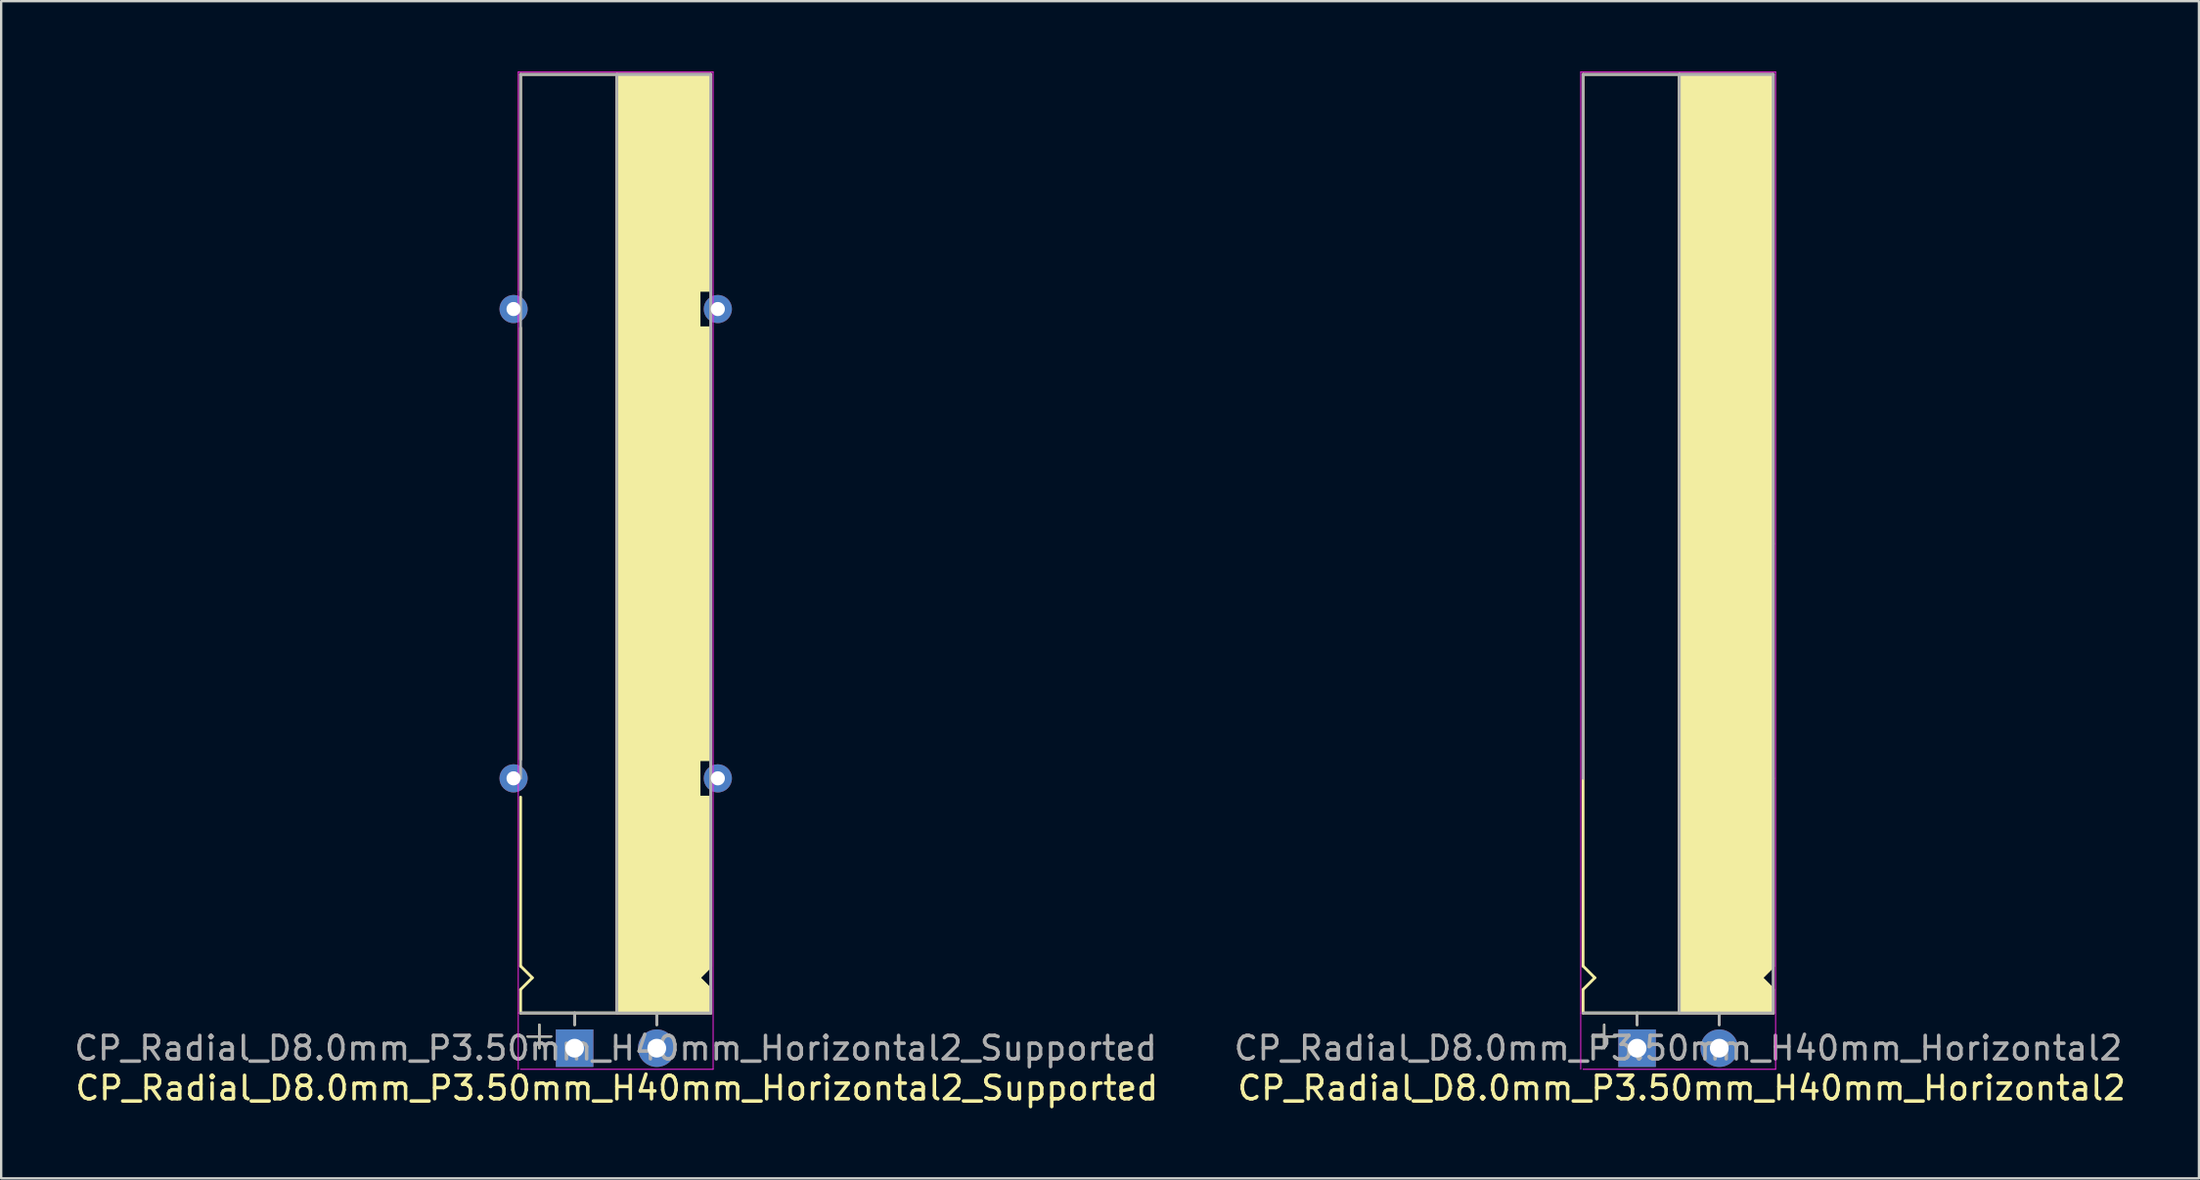
<source format=kicad_pcb>
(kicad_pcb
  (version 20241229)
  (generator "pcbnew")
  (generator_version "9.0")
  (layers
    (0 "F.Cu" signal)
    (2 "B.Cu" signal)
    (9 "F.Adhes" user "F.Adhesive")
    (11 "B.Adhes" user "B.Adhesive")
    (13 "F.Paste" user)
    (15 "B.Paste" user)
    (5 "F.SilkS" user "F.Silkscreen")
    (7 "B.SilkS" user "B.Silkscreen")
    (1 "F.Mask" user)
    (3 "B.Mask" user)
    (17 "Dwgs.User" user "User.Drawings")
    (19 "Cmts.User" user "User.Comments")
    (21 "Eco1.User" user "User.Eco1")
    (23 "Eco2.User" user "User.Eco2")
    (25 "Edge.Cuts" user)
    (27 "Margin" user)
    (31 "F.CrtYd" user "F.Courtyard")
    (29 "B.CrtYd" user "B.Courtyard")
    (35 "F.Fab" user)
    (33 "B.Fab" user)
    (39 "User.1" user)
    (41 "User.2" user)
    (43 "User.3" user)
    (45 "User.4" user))
  (footprint "CP_Radial_D8.0mm_P3.50mm_H40mm_Horizontal2"
    (layer "F.Cu")
    (at 66.675 41.62)
    (property "Reference" "CP_Radial_D8.0mm_P3.50mm_H40mm_Horizontal2" (at 1.9 1.7 0) (layer "F.SilkS") (effects (font (size 1 1) (thickness 0.15))))
    (attr through_hole)
    (fp_line (start -2.3 -41.5) (end 5.8 -41.5) (stroke (width 0.12) (type solid)) (layer "F.SilkS"))
    (fp_line (start -2.3 -3.5) (end -2.3 -41.5) (stroke (width 0.12) (type solid)) (layer "F.SilkS"))
    (fp_line (start -2.3 -3.5) (end -1.8 -3) (stroke (width 0.12) (type solid)) (layer "F.SilkS"))
    (fp_line (start -2.3 -2.5) (end -2.3 -1.5) (stroke (width 0.12) (type solid)) (layer "F.SilkS"))
    (fp_line (start -2.3 -1.5) (end 5.8 -1.5) (stroke (width 0.12) (type solid)) (layer "F.SilkS"))
    (fp_line (start -1.9 -0.5) (end -0.9 -0.5) (stroke (width 0.1) (type solid)) (layer "F.SilkS"))
    (fp_line (start -1.8 -3) (end -2.3 -2.5) (stroke (width 0.12) (type solid)) (layer "F.SilkS"))
    (fp_line (start -1.4 0) (end -1.4 -1) (stroke (width 0.1) (type solid)) (layer "F.SilkS"))
    (fp_line (start 0 -1) (end 0 -1.5) (stroke (width 0.12) (type solid)) (layer "F.SilkS"))
    (fp_line (start 1.8 -41.5) (end 1.8 -1.5) (stroke (width 0.12) (type solid)) (layer "F.SilkS"))
    (fp_line (start 3.5 -1) (end 3.5 -1.5) (stroke (width 0.12) (type solid)) (layer "F.SilkS"))
    (fp_line (start 5.3 -3) (end 5.8 -2.5) (stroke (width 0.12) (type solid)) (layer "F.SilkS"))
    (fp_line (start 5.8 -21.5) (end 5.7 -21.5) (stroke (width 0.12) (type solid)) (layer "F.SilkS"))
    (fp_line (start 5.8 -11.5) (end 5.8 -41.5) (stroke (width 0.12) (type solid)) (layer "F.SilkS"))
    (fp_line (start 5.8 -11.5) (end 5.8 -3.5) (stroke (width 0.12) (type solid)) (layer "F.SilkS"))
    (fp_line (start 5.8 -3.5) (end 5.3 -3) (stroke (width 0.12) (type solid)) (layer "F.SilkS"))
    (fp_line (start 5.8 -2.5) (end 5.8 -1.5) (stroke (width 0.12) (type solid)) (layer "F.SilkS"))
    (fp_poly (pts (xy 5.8 -2.5) (xy 5.3 -3) (xy 5.8 -3.5) (xy 5.8 -41.5) (xy 1.8 -41.5) (xy 1.8 -1.5) (xy 5.8 -1.5)) (stroke (width 0.1) (type solid)) (fill yes) (layer "F.SilkS"))
    (fp_line (start -2.4 -41.6) (end -2.4 -1.5) (stroke (width 0.04) (type solid)) (layer "F.CrtYd"))
    (fp_line (start -2.4 -1.5) (end -2.4 0.9) (stroke (width 0.04) (type solid)) (layer "F.CrtYd"))
    (fp_line (start -2.3 0.9) (end 5.9 0.9) (stroke (width 0.04) (type solid)) (layer "F.CrtYd"))
    (fp_line (start 5.9 -41.6) (end -2.4 -41.6) (stroke (width 0.04) (type solid)) (layer "F.CrtYd"))
    (fp_line (start 5.9 0.9) (end 5.9 -41.6) (stroke (width 0.04) (type solid)) (layer "F.CrtYd"))
    (fp_line (start -2.3 -41.5) (end -2.3 -11.5) (stroke (width 0.12) (type solid)) (layer "F.Fab"))
    (fp_line (start -2.3 -1.5) (end 5.8 -1.5) (stroke (width 0.12) (type solid)) (layer "F.Fab"))
    (fp_line (start -1.9 -0.5) (end -0.9 -0.5) (stroke (width 0.1) (type solid)) (layer "F.Fab"))
    (fp_line (start -1.4 0) (end -1.4 -1) (stroke (width 0.1) (type solid)) (layer "F.Fab"))
    (fp_line (start 0 -1.5) (end 0 -1) (stroke (width 0.12) (type solid)) (layer "F.Fab"))
    (fp_line (start 1.8 -1.5) (end 1.8 -41.5) (stroke (width 0.12) (type solid)) (layer "F.Fab"))
    (fp_line (start 3.5 -1.5) (end 3.5 -1) (stroke (width 0.12) (type solid)) (layer "F.Fab"))
    (fp_line (start 5.8 -41.5) (end -2.3 -41.5) (stroke (width 0.12) (type solid)) (layer "F.Fab"))
    (fp_line (start 5.8 -1.5) (end 5.8 -41.5) (stroke (width 0.12) (type solid)) (layer "F.Fab"))
    (fp_poly (pts (xy 5.8 -41.5) (xy 1.8 -41.5) (xy 1.8 -1.5) (xy 5.8 -1.5)) (stroke (width 0.1) (type solid)) (fill no) (layer "F.Fab"))
    (fp_text user "${REFERENCE}" (at 1.75 0 0) (layer "F.Fab") (effects (font (size 1 1) (thickness 0.15))))
    (pad "1" thru_hole rect (at 0 0) (size 1.6 1.6) (drill 0.8) (layers "*.Cu" "*.Mask"))
    (pad "2" thru_hole circle (at 3.5 0) (size 1.6 1.6) (drill 0.8) (layers "*.Cu" "*.Mask")))
  (footprint "CP_Radial_D8.0mm_P3.50mm_H40mm_Horizontal2_Supported"
    (layer "F.Cu")
    (at 21.423 41.62)
    (property "Reference" "CP_Radial_D8.0mm_P3.50mm_H40mm_Horizontal2_Supported" (at 1.8 1.7 0) (layer "F.SilkS") (effects (font (size 1 1) (thickness 0.15))))
    (attr through_hole)
    (fp_line (start -2.3 -41.5) (end 5.8 -41.5) (stroke (width 0.12) (type solid)) (layer "F.SilkS"))
    (fp_line (start -2.3 -32.3) (end -2.3 -41.5) (stroke (width 0.12) (type solid)) (layer "F.SilkS"))
    (fp_line (start -2.3 -12.3) (end -2.3 -30.7) (stroke (width 0.12) (type solid)) (layer "F.SilkS"))
    (fp_line (start -2.3 -3.5) (end -2.3 -10.7) (stroke (width 0.12) (type solid)) (layer "F.SilkS"))
    (fp_line (start -2.3 -3.5) (end -1.8 -3) (stroke (width 0.12) (type solid)) (layer "F.SilkS"))
    (fp_line (start -2.3 -2.5) (end -2.3 -1.5) (stroke (width 0.12) (type solid)) (layer "F.SilkS"))
    (fp_line (start -2.3 -1.5) (end 5.8 -1.5) (stroke (width 0.12) (type solid)) (layer "F.SilkS"))
    (fp_line (start -2 -0.5) (end -1 -0.5) (stroke (width 0.1) (type solid)) (layer "F.SilkS"))
    (fp_line (start -1.8 -3) (end -2.3 -2.5) (stroke (width 0.12) (type solid)) (layer "F.SilkS"))
    (fp_line (start -1.5 0) (end -1.5 -1) (stroke (width 0.1) (type solid)) (layer "F.SilkS"))
    (fp_line (start 0 -1) (end 0 -1.5) (stroke (width 0.12) (type solid)) (layer "F.SilkS"))
    (fp_line (start 1.8 -41.5) (end 1.8 -1.5) (stroke (width 0.12) (type solid)) (layer "F.SilkS"))
    (fp_line (start 3.5 -1) (end 3.5 -1.5) (stroke (width 0.12) (type solid)) (layer "F.SilkS"))
    (fp_line (start 5.3 -32.3) (end 5.8 -32.3) (stroke (width 0.12) (type solid)) (layer "F.SilkS"))
    (fp_line (start 5.3 -30.7) (end 5.3 -32.3) (stroke (width 0.12) (type solid)) (layer "F.SilkS"))
    (fp_line (start 5.3 -30.7) (end 5.8 -30.7) (stroke (width 0.12) (type solid)) (layer "F.SilkS"))
    (fp_line (start 5.3 -11.5) (end 5.3 -12.3) (stroke (width 0.12) (type solid)) (layer "F.SilkS"))
    (fp_line (start 5.3 -11.5) (end 5.3 -10.7) (stroke (width 0.12) (type solid)) (layer "F.SilkS"))
    (fp_line (start 5.3 -10.7) (end 5.8 -10.7) (stroke (width 0.12) (type solid)) (layer "F.SilkS"))
    (fp_line (start 5.3 -3) (end 5.8 -2.5) (stroke (width 0.12) (type solid)) (layer "F.SilkS"))
    (fp_line (start 5.8 -32.3) (end 5.8 -41.5) (stroke (width 0.12) (type solid)) (layer "F.SilkS"))
    (fp_line (start 5.8 -12.4) (end 5.8 -30.7) (stroke (width 0.12) (type solid)) (layer "F.SilkS"))
    (fp_line (start 5.8 -12.4) (end 5.8 -12.3) (stroke (width 0.12) (type solid)) (layer "F.SilkS"))
    (fp_line (start 5.8 -12.3) (end 5.3 -12.3) (stroke (width 0.12) (type solid)) (layer "F.SilkS"))
    (fp_line (start 5.8 -10.7) (end 5.8 -3.5) (stroke (width 0.12) (type solid)) (layer "F.SilkS"))
    (fp_line (start 5.8 -3.5) (end 5.3 -3) (stroke (width 0.12) (type solid)) (layer "F.SilkS"))
    (fp_line (start 5.8 -2.5) (end 5.8 -1.5) (stroke (width 0.12) (type solid)) (layer "F.SilkS"))
    (fp_poly (pts (xy 5.8 -2.5) (xy 5.3 -3) (xy 5.8 -3.5) (xy 5.8 -10.7) (xy 5.3 -10.7) (xy 5.3 -12.3) (xy 5.8 -12.3) (xy 5.8 -30.7) (xy 5.3 -30.7) (xy 5.3 -32.3) (xy 5.8 -32.3) (xy 5.8 -41.5) (xy 1.8 -41.5) (xy 1.8 -1.5) (xy 5.8 -1.5)) (stroke (width 0.1) (type solid)) (fill yes) (layer "F.SilkS"))
    (fp_line (start -2.4 -41.6) (end -2.4 -1.5) (stroke (width 0.04) (type solid)) (layer "F.CrtYd"))
    (fp_line (start -2.4 -1.5) (end -2.4 0.9) (stroke (width 0.04) (type solid)) (layer "F.CrtYd"))
    (fp_line (start -2.3 0.9) (end 5.9 0.9) (stroke (width 0.04) (type solid)) (layer "F.CrtYd"))
    (fp_line (start 5.9 -41.6) (end -2.4 -41.6) (stroke (width 0.04) (type solid)) (layer "F.CrtYd"))
    (fp_line (start 5.9 0.9) (end 5.9 -41.6) (stroke (width 0.04) (type solid)) (layer "F.CrtYd"))
    (fp_line (start -2.3 -41.5) (end -2.3 -11.5) (stroke (width 0.12) (type solid)) (layer "F.Fab"))
    (fp_line (start -2.3 -1.5) (end 5.8 -1.5) (stroke (width 0.12) (type solid)) (layer "F.Fab"))
    (fp_line (start -2 -0.5) (end -1 -0.5) (stroke (width 0.1) (type solid)) (layer "F.Fab"))
    (fp_line (start -1.5 0) (end -1.5 -1) (stroke (width 0.1) (type solid)) (layer "F.Fab"))
    (fp_line (start 0 -1.5) (end 0 -1) (stroke (width 0.12) (type solid)) (layer "F.Fab"))
    (fp_line (start 1.8 -1.5) (end 1.8 -41.5) (stroke (width 0.12) (type solid)) (layer "F.Fab"))
    (fp_line (start 3.5 -1.5) (end 3.5 -1) (stroke (width 0.12) (type solid)) (layer "F.Fab"))
    (fp_line (start 5.8 -41.5) (end -2.3 -41.5) (stroke (width 0.12) (type solid)) (layer "F.Fab"))
    (fp_line (start 5.8 -1.5) (end 5.8 -41.5) (stroke (width 0.12) (type solid)) (layer "F.Fab"))
    (fp_poly (pts (xy 5.8 -41.5) (xy 1.8 -41.5) (xy 1.8 -1.5) (xy 5.8 -1.5)) (stroke (width 0.1) (type solid)) (fill no) (layer "F.Fab"))
    (fp_text user "${REFERENCE}" (at 1.75 0 0) (layer "F.Fab") (effects (font (size 1 1) (thickness 0.15))))
    (pad "" thru_hole circle (at -2.6 -31.5 180) (size 1.2 1.2) (drill 0.6) (layers "*.Cu" "*.Mask"))
    (pad "" thru_hole circle (at -2.6 -11.5 180) (size 1.2 1.2) (drill 0.6) (layers "*.Cu" "*.Mask"))
    (pad "" thru_hole circle (at 6.1 -31.5 180) (size 1.2 1.2) (drill 0.6) (layers "*.Cu" "*.Mask"))
    (pad "" thru_hole circle (at 6.1 -11.5 180) (size 1.2 1.2) (drill 0.6) (layers "*.Cu" "*.Mask"))
    (pad "1" thru_hole rect (at 0 0) (size 1.6 1.6) (drill 0.8) (layers "*.Cu" "*.Mask"))
    (pad "2" thru_hole circle (at 3.5 0) (size 1.6 1.6) (drill 0.8) (layers "*.Cu" "*.Mask")))
  (gr_rect
    (start -3 -3)
    (end 90.605 47.168)
    (stroke (width 0.1) (type default))
    (fill no)
    (layer "Edge.Cuts")))
</source>
